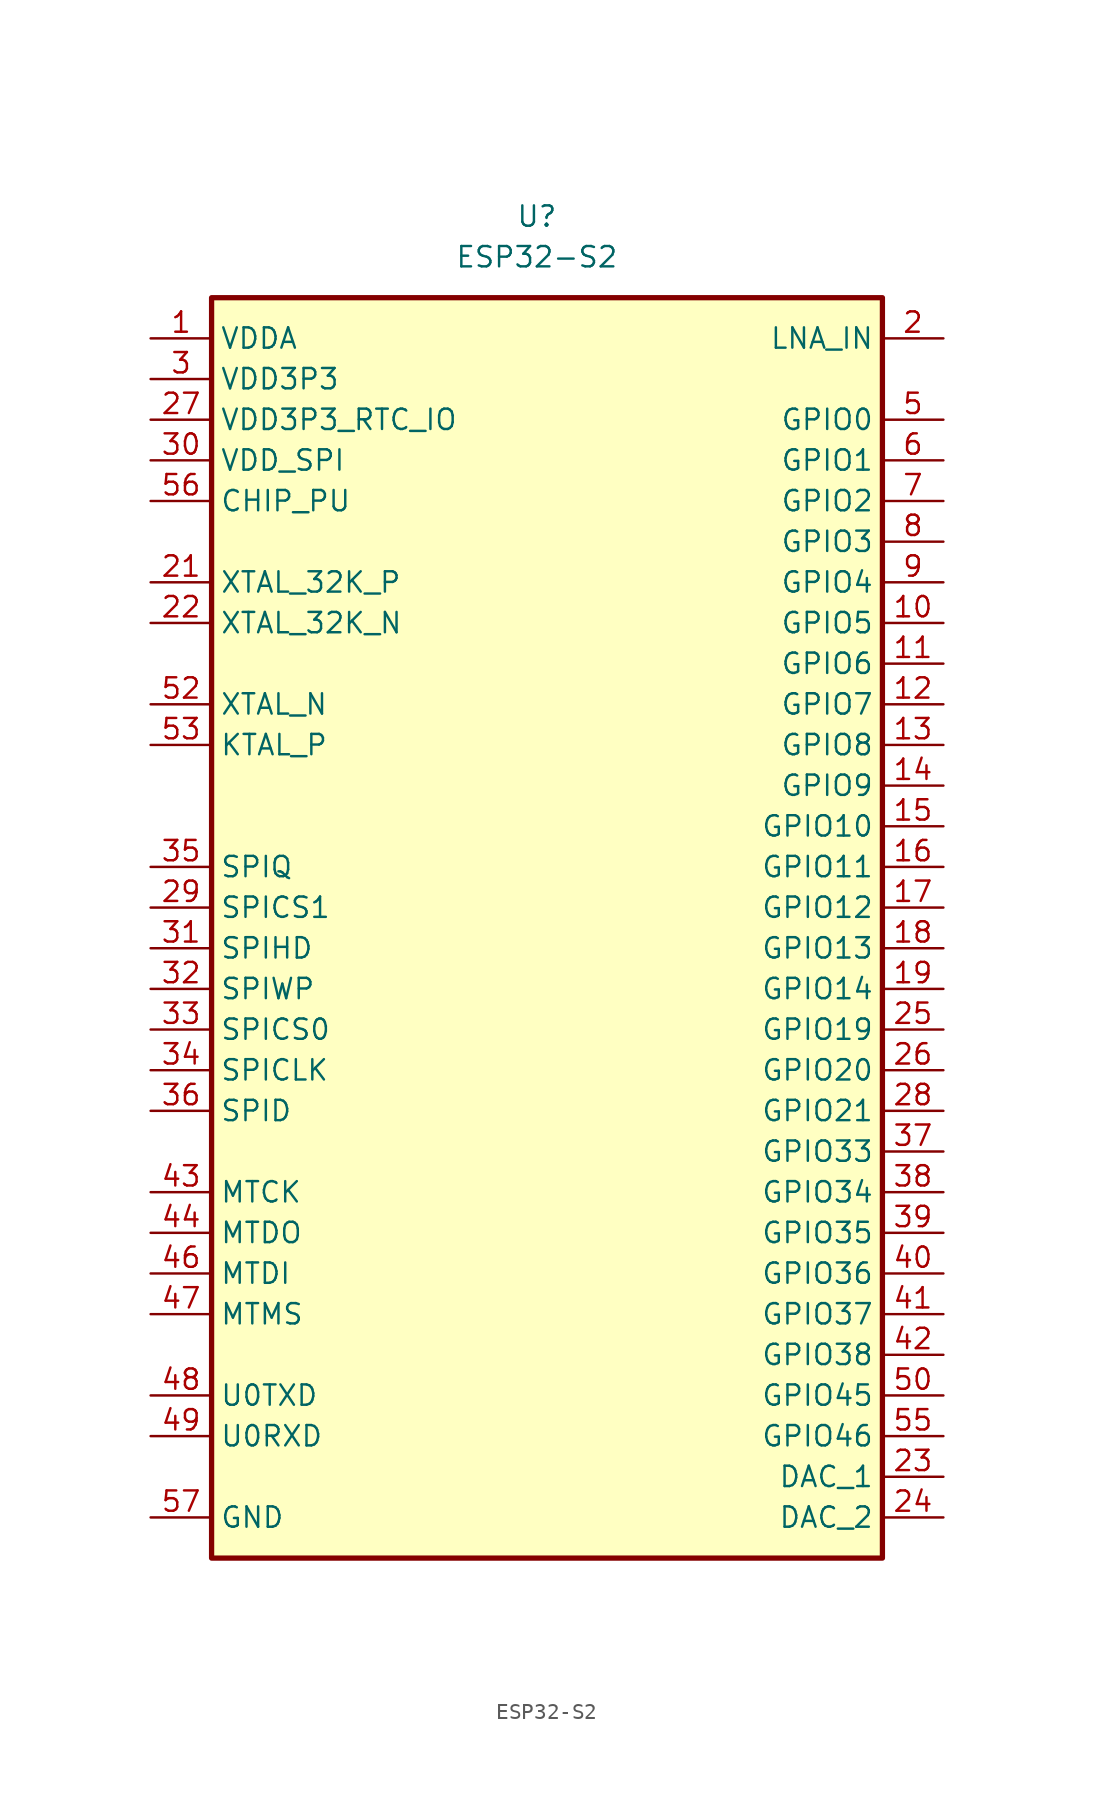
<source format=kicad_sym>
(kicad_symbol_lib
  (version 20201005)
  (generator kicad_symbol_editor)
  (symbol "led-clock:ESP32-S2"
    (property "Reference" "U"
      (at 0 41.91 0)
      (effects (font (size 1.27 1.27))))
    (property "Value" "ESP32-S2"
      (at 0 39.37 0)
      (effects (font (size 1.27 1.27))))
    (symbol "ESP32-S2_0_1"
      (rectangle (start -20.32 36.83) (end 21.59 -41.91) (stroke (width 0.33)) (fill (type background))))
    (symbol "ESP32-S2_1_1"
      (pin input line (at -24.13 34.29 0) (length 3.81) (name "VDDA" (effects (font (size 1.27 1.27)))) (number "1" (effects (font (size 1.27 1.27)))))
      (pin input line (at 25.4 34.29 180) (length 3.81) (name "LNA_IN" (effects (font (size 1.27 1.27)))) (number "2" (effects (font (size 1.27 1.27)))))
      (pin input line (at -24.13 31.75 0) (length 3.81) (name "VDD3P3" (effects (font (size 1.27 1.27)))) (number "3" (effects (font (size 1.27 1.27)))))
      (pin input line (at -24.13 31.75 0) (length 3.81) hide (name "VDD3P3" (effects (font (size 1.27 1.27)))) (number "4" (effects (font (size 1.27 1.27)))))
      (pin input line (at 25.4 29.21 180) (length 3.81) (name "GPIO0" (effects (font (size 1.27 1.27)))) (number "5" (effects (font (size 1.27 1.27)))))
      (pin input line (at 25.4 26.67 180) (length 3.81) (name "GPIO1" (effects (font (size 1.27 1.27)))) (number "6" (effects (font (size 1.27 1.27)))))
      (pin input line (at 25.4 24.13 180) (length 3.81) (name "GPIO2" (effects (font (size 1.27 1.27)))) (number "7" (effects (font (size 1.27 1.27)))))
      (pin input line (at 25.4 21.59 180) (length 3.81) (name "GPIO3" (effects (font (size 1.27 1.27)))) (number "8" (effects (font (size 1.27 1.27)))))
      (pin input line (at 25.4 19.05 180) (length 3.81) (name "GPIO4" (effects (font (size 1.27 1.27)))) (number "9" (effects (font (size 1.27 1.27)))))
      (pin input line (at 25.4 16.51 180) (length 3.81) (name "GPIO5" (effects (font (size 1.27 1.27)))) (number "10" (effects (font (size 1.27 1.27)))))
      (pin input line (at 25.4 13.97 180) (length 3.81) (name "GPIO6" (effects (font (size 1.27 1.27)))) (number "11" (effects (font (size 1.27 1.27)))))
      (pin input line (at 25.4 11.43 180) (length 3.81) (name "GPIO7" (effects (font (size 1.27 1.27)))) (number "12" (effects (font (size 1.27 1.27)))))
      (pin input line (at 25.4 8.89 180) (length 3.81) (name "GPIO8" (effects (font (size 1.27 1.27)))) (number "13" (effects (font (size 1.27 1.27)))))
      (pin input line (at 25.4 6.35 180) (length 3.81) (name "GPIO9" (effects (font (size 1.27 1.27)))) (number "14" (effects (font (size 1.27 1.27)))))
      (pin input line (at 25.4 3.81 180) (length 3.81) (name "GPIO10" (effects (font (size 1.27 1.27)))) (number "15" (effects (font (size 1.27 1.27)))))
      (pin input line (at 25.4 1.27 180) (length 3.81) (name "GPIO11" (effects (font (size 1.27 1.27)))) (number "16" (effects (font (size 1.27 1.27)))))
      (pin input line (at 25.4 -1.27 180) (length 3.81) (name "GPIO12" (effects (font (size 1.27 1.27)))) (number "17" (effects (font (size 1.27 1.27)))))
      (pin input line (at 25.4 -3.81 180) (length 3.81) (name "GPIO13" (effects (font (size 1.27 1.27)))) (number "18" (effects (font (size 1.27 1.27)))))
      (pin input line (at 25.4 -6.35 180) (length 3.81) (name "GPIO14" (effects (font (size 1.27 1.27)))) (number "19" (effects (font (size 1.27 1.27)))))
      (pin input line (at -24.13 29.21 0) (length 3.81) hide (name "VDD3P3_RTC" (effects (font (size 1.27 1.27)))) (number "20" (effects (font (size 1.27 1.27)))))
      (pin input line (at -24.13 19.05 0) (length 3.81) (name "XTAL_32K_P" (effects (font (size 1.27 1.27)))) (number "21" (effects (font (size 1.27 1.27)))))
      (pin input line (at -24.13 16.51 0) (length 3.81) (name "XTAL_32K_N" (effects (font (size 1.27 1.27)))) (number "22" (effects (font (size 1.27 1.27)))))
      (pin input line (at 25.4 -36.83 180) (length 3.81) (name "DAC_1" (effects (font (size 1.27 1.27)))) (number "23" (effects (font (size 1.27 1.27)))))
      (pin input line (at 25.4 -39.37 180) (length 3.81) (name "DAC_2" (effects (font (size 1.27 1.27)))) (number "24" (effects (font (size 1.27 1.27)))))
      (pin input line (at 25.4 -8.89 180) (length 3.81) (name "GPIO19" (effects (font (size 1.27 1.27)))) (number "25" (effects (font (size 1.27 1.27)))))
      (pin input line (at 25.4 -11.43 180) (length 3.81) (name "GPIO20" (effects (font (size 1.27 1.27)))) (number "26" (effects (font (size 1.27 1.27)))))
      (pin input line (at -24.13 29.21 0) (length 3.81) (name "VDD3P3_RTC_IO" (effects (font (size 1.27 1.27)))) (number "27" (effects (font (size 1.27 1.27)))))
      (pin input line (at 25.4 -13.97 180) (length 3.81) (name "GPIO21" (effects (font (size 1.27 1.27)))) (number "28" (effects (font (size 1.27 1.27)))))
      (pin input line (at -24.13 -1.27 0) (length 3.81) (name "SPICS1" (effects (font (size 1.27 1.27)))) (number "29" (effects (font (size 1.27 1.27)))))
      (pin input line (at -24.13 26.67 0) (length 3.81) (name "VDD_SPI" (effects (font (size 1.27 1.27)))) (number "30" (effects (font (size 1.27 1.27)))))
      (pin input line (at -24.13 -3.81 0) (length 3.81) (name "SPIHD" (effects (font (size 1.27 1.27)))) (number "31" (effects (font (size 1.27 1.27)))))
      (pin input line (at -24.13 -6.35 0) (length 3.81) (name "SPIWP" (effects (font (size 1.27 1.27)))) (number "32" (effects (font (size 1.27 1.27)))))
      (pin input line (at -24.13 -8.89 0) (length 3.81) (name "SPICS0" (effects (font (size 1.27 1.27)))) (number "33" (effects (font (size 1.27 1.27)))))
      (pin input line (at -24.13 -11.43 0) (length 3.81) (name "SPICLK" (effects (font (size 1.27 1.27)))) (number "34" (effects (font (size 1.27 1.27)))))
      (pin input line (at -24.13 1.27 0) (length 3.81) (name "SPIQ" (effects (font (size 1.27 1.27)))) (number "35" (effects (font (size 1.27 1.27)))))
      (pin input line (at -24.13 -13.97 0) (length 3.81) (name "SPID" (effects (font (size 1.27 1.27)))) (number "36" (effects (font (size 1.27 1.27)))))
      (pin input line (at 25.4 -16.51 180) (length 3.81) (name "GPIO33" (effects (font (size 1.27 1.27)))) (number "37" (effects (font (size 1.27 1.27)))))
      (pin input line (at 25.4 -19.05 180) (length 3.81) (name "GPIO34" (effects (font (size 1.27 1.27)))) (number "38" (effects (font (size 1.27 1.27)))))
      (pin input line (at 25.4 -21.59 180) (length 3.81) (name "GPIO35" (effects (font (size 1.27 1.27)))) (number "39" (effects (font (size 1.27 1.27)))))
      (pin input line (at 25.4 -24.13 180) (length 3.81) (name "GPIO36" (effects (font (size 1.27 1.27)))) (number "40" (effects (font (size 1.27 1.27)))))
      (pin input line (at 25.4 -26.67 180) (length 3.81) (name "GPIO37" (effects (font (size 1.27 1.27)))) (number "41" (effects (font (size 1.27 1.27)))))
      (pin input line (at 25.4 -29.21 180) (length 3.81) (name "GPIO38" (effects (font (size 1.27 1.27)))) (number "42" (effects (font (size 1.27 1.27)))))
      (pin input line (at -24.13 -19.05 0) (length 3.81) (name "MTCK" (effects (font (size 1.27 1.27)))) (number "43" (effects (font (size 1.27 1.27)))))
      (pin input line (at -24.13 -21.59 0) (length 3.81) (name "MTDO" (effects (font (size 1.27 1.27)))) (number "44" (effects (font (size 1.27 1.27)))))
      (pin input line (at -24.13 29.21 0) (length 3.81) hide (name "VDD3P3_CPU" (effects (font (size 1.27 1.27)))) (number "45" (effects (font (size 1.27 1.27)))))
      (pin input line (at -24.13 -24.13 0) (length 3.81) (name "MTDI" (effects (font (size 1.27 1.27)))) (number "46" (effects (font (size 1.27 1.27)))))
      (pin input line (at -24.13 -26.67 0) (length 3.81) (name "MTMS" (effects (font (size 1.27 1.27)))) (number "47" (effects (font (size 1.27 1.27)))))
      (pin input line (at -24.13 -31.75 0) (length 3.81) (name "U0TXD" (effects (font (size 1.27 1.27)))) (number "48" (effects (font (size 1.27 1.27)))))
      (pin input line (at -24.13 -34.29 0) (length 3.81) (name "U0RXD" (effects (font (size 1.27 1.27)))) (number "49" (effects (font (size 1.27 1.27)))))
      (pin input line (at 25.4 -31.75 180) (length 3.81) (name "GPIO45" (effects (font (size 1.27 1.27)))) (number "50" (effects (font (size 1.27 1.27)))))
      (pin input line (at -24.13 34.29 0) (length 3.81) hide (name "VDDA" (effects (font (size 1.27 1.27)))) (number "51" (effects (font (size 1.27 1.27)))))
      (pin input line (at -24.13 11.43 0) (length 3.81) (name "XTAL_N" (effects (font (size 1.27 1.27)))) (number "52" (effects (font (size 1.27 1.27)))))
      (pin input line (at -24.13 8.89 0) (length 3.81) (name "KTAL_P" (effects (font (size 1.27 1.27)))) (number "53" (effects (font (size 1.27 1.27)))))
      (pin input line (at -24.13 34.29 0) (length 3.81) hide (name "VDDA" (effects (font (size 1.27 1.27)))) (number "54" (effects (font (size 1.27 1.27)))))
      (pin input line (at 25.4 -34.29 180) (length 3.81) (name "GPIO46" (effects (font (size 1.27 1.27)))) (number "55" (effects (font (size 1.27 1.27)))))
      (pin input line (at -24.13 24.13 0) (length 3.81) (name "CHIP_PU" (effects (font (size 1.27 1.27)))) (number "56" (effects (font (size 1.27 1.27)))))
      (pin input line (at -24.13 -39.37 0) (length 3.81) (name "GND" (effects (font (size 1.27 1.27)))) (number "57" (effects (font (size 1.27 1.27))))))))
</source>
